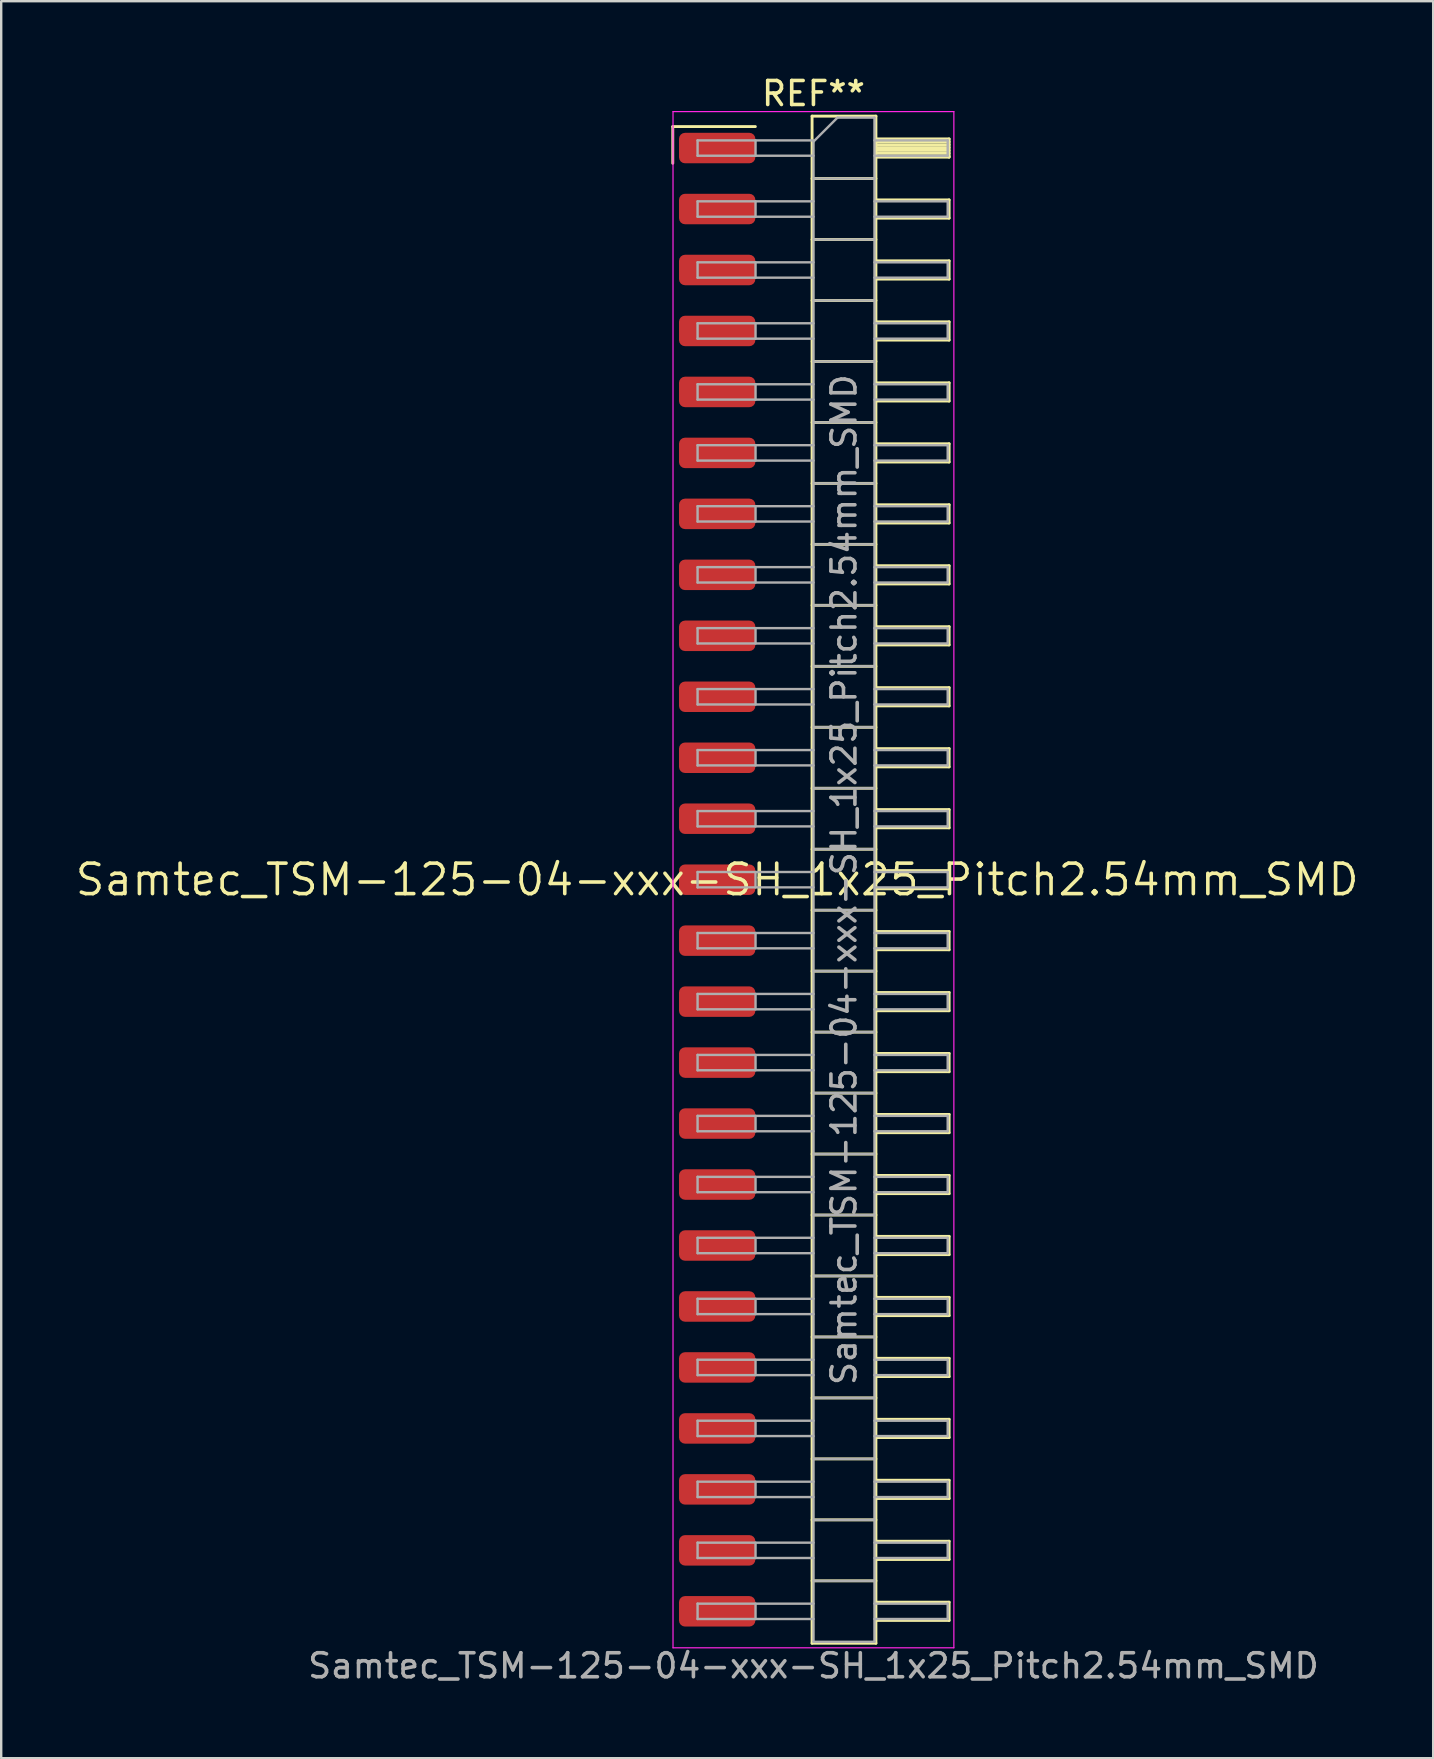
<source format=kicad_pcb>
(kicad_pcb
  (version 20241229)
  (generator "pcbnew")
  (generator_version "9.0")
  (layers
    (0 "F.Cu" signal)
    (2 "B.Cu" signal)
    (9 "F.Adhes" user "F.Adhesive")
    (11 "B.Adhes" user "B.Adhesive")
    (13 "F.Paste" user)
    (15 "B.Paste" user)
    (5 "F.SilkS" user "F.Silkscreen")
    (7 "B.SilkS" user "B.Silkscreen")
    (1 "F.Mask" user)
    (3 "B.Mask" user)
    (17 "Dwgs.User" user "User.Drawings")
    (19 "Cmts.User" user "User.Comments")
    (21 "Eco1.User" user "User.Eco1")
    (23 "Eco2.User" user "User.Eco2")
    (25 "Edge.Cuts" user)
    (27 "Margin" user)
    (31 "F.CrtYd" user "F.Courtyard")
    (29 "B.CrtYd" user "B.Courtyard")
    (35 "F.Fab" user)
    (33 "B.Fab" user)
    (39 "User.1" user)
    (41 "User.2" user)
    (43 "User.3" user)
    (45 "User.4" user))
  (footprint "Samtec_TSM-125-04-xxx-SH_1x25_Pitch2.54mm_SMD"
    (layer "F.Cu")
    (at 26.828 33.598)
    (property "Reference" "Samtec_TSM-125-04-xxx-SH_1x25_Pitch2.54mm_SMD" (at 0 0 0) (layer "F.SilkS") (effects (font (size 1.27 1.27) (thickness 0.15))))
    (attr smd)
    (fp_line (start -1.85 -31.375) (end 1.59 -31.375) (stroke (width 0.12) (type solid)) (layer "F.SilkS"))
    (fp_line (start -1.85 -29.845) (end -1.85 -31.375) (stroke (width 0.12) (type solid)) (layer "F.SilkS"))
    (fp_line (start 3.953 -31.81) (end 6.613 -31.81) (stroke (width 0.12) (type solid)) (layer "F.SilkS"))
    (fp_line (start 3.953 -29.21) (end 6.613 -29.21) (stroke (width 0.12) (type solid)) (layer "F.SilkS"))
    (fp_line (start 3.953 -26.67) (end 6.613 -26.67) (stroke (width 0.12) (type solid)) (layer "F.SilkS"))
    (fp_line (start 3.953 -24.13) (end 6.613 -24.13) (stroke (width 0.12) (type solid)) (layer "F.SilkS"))
    (fp_line (start 3.953 -21.59) (end 6.613 -21.59) (stroke (width 0.12) (type solid)) (layer "F.SilkS"))
    (fp_line (start 3.953 -19.05) (end 6.613 -19.05) (stroke (width 0.12) (type solid)) (layer "F.SilkS"))
    (fp_line (start 3.953 -16.51) (end 6.613 -16.51) (stroke (width 0.12) (type solid)) (layer "F.SilkS"))
    (fp_line (start 3.953 -13.97) (end 6.613 -13.97) (stroke (width 0.12) (type solid)) (layer "F.SilkS"))
    (fp_line (start 3.953 -11.43) (end 6.613 -11.43) (stroke (width 0.12) (type solid)) (layer "F.SilkS"))
    (fp_line (start 3.953 -8.89) (end 6.613 -8.89) (stroke (width 0.12) (type solid)) (layer "F.SilkS"))
    (fp_line (start 3.953 -6.35) (end 6.613 -6.35) (stroke (width 0.12) (type solid)) (layer "F.SilkS"))
    (fp_line (start 3.953 -3.81) (end 6.613 -3.81) (stroke (width 0.12) (type solid)) (layer "F.SilkS"))
    (fp_line (start 3.953 -1.27) (end 6.613 -1.27) (stroke (width 0.12) (type solid)) (layer "F.SilkS"))
    (fp_line (start 3.953 1.27) (end 6.613 1.27) (stroke (width 0.12) (type solid)) (layer "F.SilkS"))
    (fp_line (start 3.953 3.81) (end 6.613 3.81) (stroke (width 0.12) (type solid)) (layer "F.SilkS"))
    (fp_line (start 3.953 6.35) (end 6.613 6.35) (stroke (width 0.12) (type solid)) (layer "F.SilkS"))
    (fp_line (start 3.953 8.89) (end 6.613 8.89) (stroke (width 0.12) (type solid)) (layer "F.SilkS"))
    (fp_line (start 3.953 11.43) (end 6.613 11.43) (stroke (width 0.12) (type solid)) (layer "F.SilkS"))
    (fp_line (start 3.953 13.97) (end 6.613 13.97) (stroke (width 0.12) (type solid)) (layer "F.SilkS"))
    (fp_line (start 3.953 16.51) (end 6.613 16.51) (stroke (width 0.12) (type solid)) (layer "F.SilkS"))
    (fp_line (start 3.953 19.05) (end 6.613 19.05) (stroke (width 0.12) (type solid)) (layer "F.SilkS"))
    (fp_line (start 3.953 21.59) (end 6.613 21.59) (stroke (width 0.12) (type solid)) (layer "F.SilkS"))
    (fp_line (start 3.953 24.13) (end 6.613 24.13) (stroke (width 0.12) (type solid)) (layer "F.SilkS"))
    (fp_line (start 3.953 26.67) (end 6.613 26.67) (stroke (width 0.12) (type solid)) (layer "F.SilkS"))
    (fp_line (start 3.953 29.21) (end 6.613 29.21) (stroke (width 0.12) (type solid)) (layer "F.SilkS"))
    (fp_line (start 3.953 31.81) (end 3.953 -31.81) (stroke (width 0.12) (type solid)) (layer "F.SilkS"))
    (fp_line (start 6.613 -31.81) (end 6.613 31.81) (stroke (width 0.12) (type solid)) (layer "F.SilkS"))
    (fp_line (start 6.613 -30.86) (end 9.663 -30.86) (stroke (width 0.12) (type solid)) (layer "F.SilkS"))
    (fp_line (start 6.613 -30.74) (end 9.663 -30.74) (stroke (width 0.12) (type solid)) (layer "F.SilkS"))
    (fp_line (start 6.613 -30.62) (end 9.663 -30.62) (stroke (width 0.12) (type solid)) (layer "F.SilkS"))
    (fp_line (start 6.613 -30.5) (end 9.663 -30.5) (stroke (width 0.12) (type solid)) (layer "F.SilkS"))
    (fp_line (start 6.613 -30.38) (end 9.663 -30.38) (stroke (width 0.12) (type solid)) (layer "F.SilkS"))
    (fp_line (start 6.613 -30.26) (end 9.663 -30.26) (stroke (width 0.12) (type solid)) (layer "F.SilkS"))
    (fp_line (start 6.613 -30.14) (end 9.663 -30.14) (stroke (width 0.12) (type solid)) (layer "F.SilkS"))
    (fp_line (start 6.613 -30.1) (end 9.663 -30.1) (stroke (width 0.12) (type solid)) (layer "F.SilkS"))
    (fp_line (start 6.613 -28.32) (end 9.663 -28.32) (stroke (width 0.12) (type solid)) (layer "F.SilkS"))
    (fp_line (start 6.613 -27.56) (end 9.663 -27.56) (stroke (width 0.12) (type solid)) (layer "F.SilkS"))
    (fp_line (start 6.613 -25.78) (end 9.663 -25.78) (stroke (width 0.12) (type solid)) (layer "F.SilkS"))
    (fp_line (start 6.613 -25.02) (end 9.663 -25.02) (stroke (width 0.12) (type solid)) (layer "F.SilkS"))
    (fp_line (start 6.613 -23.24) (end 9.663 -23.24) (stroke (width 0.12) (type solid)) (layer "F.SilkS"))
    (fp_line (start 6.613 -22.48) (end 9.663 -22.48) (stroke (width 0.12) (type solid)) (layer "F.SilkS"))
    (fp_line (start 6.613 -20.7) (end 9.663 -20.7) (stroke (width 0.12) (type solid)) (layer "F.SilkS"))
    (fp_line (start 6.613 -19.94) (end 9.663 -19.94) (stroke (width 0.12) (type solid)) (layer "F.SilkS"))
    (fp_line (start 6.613 -18.16) (end 9.663 -18.16) (stroke (width 0.12) (type solid)) (layer "F.SilkS"))
    (fp_line (start 6.613 -17.4) (end 9.663 -17.4) (stroke (width 0.12) (type solid)) (layer "F.SilkS"))
    (fp_line (start 6.613 -15.62) (end 9.663 -15.62) (stroke (width 0.12) (type solid)) (layer "F.SilkS"))
    (fp_line (start 6.613 -14.86) (end 9.663 -14.86) (stroke (width 0.12) (type solid)) (layer "F.SilkS"))
    (fp_line (start 6.613 -13.08) (end 9.663 -13.08) (stroke (width 0.12) (type solid)) (layer "F.SilkS"))
    (fp_line (start 6.613 -12.32) (end 9.663 -12.32) (stroke (width 0.12) (type solid)) (layer "F.SilkS"))
    (fp_line (start 6.613 -10.54) (end 9.663 -10.54) (stroke (width 0.12) (type solid)) (layer "F.SilkS"))
    (fp_line (start 6.613 -9.78) (end 9.663 -9.78) (stroke (width 0.12) (type solid)) (layer "F.SilkS"))
    (fp_line (start 6.613 -8) (end 9.663 -8) (stroke (width 0.12) (type solid)) (layer "F.SilkS"))
    (fp_line (start 6.613 -7.24) (end 9.663 -7.24) (stroke (width 0.12) (type solid)) (layer "F.SilkS"))
    (fp_line (start 6.613 -5.46) (end 9.663 -5.46) (stroke (width 0.12) (type solid)) (layer "F.SilkS"))
    (fp_line (start 6.613 -4.7) (end 9.663 -4.7) (stroke (width 0.12) (type solid)) (layer "F.SilkS"))
    (fp_line (start 6.613 -2.92) (end 9.663 -2.92) (stroke (width 0.12) (type solid)) (layer "F.SilkS"))
    (fp_line (start 6.613 -2.16) (end 9.663 -2.16) (stroke (width 0.12) (type solid)) (layer "F.SilkS"))
    (fp_line (start 6.613 -0.38) (end 9.663 -0.38) (stroke (width 0.12) (type solid)) (layer "F.SilkS"))
    (fp_line (start 6.613 0.38) (end 9.663 0.38) (stroke (width 0.12) (type solid)) (layer "F.SilkS"))
    (fp_line (start 6.613 2.16) (end 9.663 2.16) (stroke (width 0.12) (type solid)) (layer "F.SilkS"))
    (fp_line (start 6.613 2.92) (end 9.663 2.92) (stroke (width 0.12) (type solid)) (layer "F.SilkS"))
    (fp_line (start 6.613 4.7) (end 9.663 4.7) (stroke (width 0.12) (type solid)) (layer "F.SilkS"))
    (fp_line (start 6.613 5.46) (end 9.663 5.46) (stroke (width 0.12) (type solid)) (layer "F.SilkS"))
    (fp_line (start 6.613 7.24) (end 9.663 7.24) (stroke (width 0.12) (type solid)) (layer "F.SilkS"))
    (fp_line (start 6.613 8) (end 9.663 8) (stroke (width 0.12) (type solid)) (layer "F.SilkS"))
    (fp_line (start 6.613 9.78) (end 9.663 9.78) (stroke (width 0.12) (type solid)) (layer "F.SilkS"))
    (fp_line (start 6.613 10.54) (end 9.663 10.54) (stroke (width 0.12) (type solid)) (layer "F.SilkS"))
    (fp_line (start 6.613 12.32) (end 9.663 12.32) (stroke (width 0.12) (type solid)) (layer "F.SilkS"))
    (fp_line (start 6.613 13.08) (end 9.663 13.08) (stroke (width 0.12) (type solid)) (layer "F.SilkS"))
    (fp_line (start 6.613 14.86) (end 9.663 14.86) (stroke (width 0.12) (type solid)) (layer "F.SilkS"))
    (fp_line (start 6.613 15.62) (end 9.663 15.62) (stroke (width 0.12) (type solid)) (layer "F.SilkS"))
    (fp_line (start 6.613 17.4) (end 9.663 17.4) (stroke (width 0.12) (type solid)) (layer "F.SilkS"))
    (fp_line (start 6.613 18.16) (end 9.663 18.16) (stroke (width 0.12) (type solid)) (layer "F.SilkS"))
    (fp_line (start 6.613 19.94) (end 9.663 19.94) (stroke (width 0.12) (type solid)) (layer "F.SilkS"))
    (fp_line (start 6.613 20.7) (end 9.663 20.7) (stroke (width 0.12) (type solid)) (layer "F.SilkS"))
    (fp_line (start 6.613 22.48) (end 9.663 22.48) (stroke (width 0.12) (type solid)) (layer "F.SilkS"))
    (fp_line (start 6.613 23.24) (end 9.663 23.24) (stroke (width 0.12) (type solid)) (layer "F.SilkS"))
    (fp_line (start 6.613 25.02) (end 9.663 25.02) (stroke (width 0.12) (type solid)) (layer "F.SilkS"))
    (fp_line (start 6.613 25.78) (end 9.663 25.78) (stroke (width 0.12) (type solid)) (layer "F.SilkS"))
    (fp_line (start 6.613 27.56) (end 9.663 27.56) (stroke (width 0.12) (type solid)) (layer "F.SilkS"))
    (fp_line (start 6.613 28.32) (end 9.663 28.32) (stroke (width 0.12) (type solid)) (layer "F.SilkS"))
    (fp_line (start 6.613 30.1) (end 9.663 30.1) (stroke (width 0.12) (type solid)) (layer "F.SilkS"))
    (fp_line (start 6.613 30.86) (end 9.663 30.86) (stroke (width 0.12) (type solid)) (layer "F.SilkS"))
    (fp_line (start 6.613 31.81) (end 3.953 31.81) (stroke (width 0.12) (type solid)) (layer "F.SilkS"))
    (fp_line (start 9.663 -30.86) (end 9.663 -30.1) (stroke (width 0.12) (type solid)) (layer "F.SilkS"))
    (fp_line (start 9.663 -28.32) (end 9.663 -27.56) (stroke (width 0.12) (type solid)) (layer "F.SilkS"))
    (fp_line (start 9.663 -25.78) (end 9.663 -25.02) (stroke (width 0.12) (type solid)) (layer "F.SilkS"))
    (fp_line (start 9.663 -23.24) (end 9.663 -22.48) (stroke (width 0.12) (type solid)) (layer "F.SilkS"))
    (fp_line (start 9.663 -20.7) (end 9.663 -19.94) (stroke (width 0.12) (type solid)) (layer "F.SilkS"))
    (fp_line (start 9.663 -18.16) (end 9.663 -17.4) (stroke (width 0.12) (type solid)) (layer "F.SilkS"))
    (fp_line (start 9.663 -15.62) (end 9.663 -14.86) (stroke (width 0.12) (type solid)) (layer "F.SilkS"))
    (fp_line (start 9.663 -13.08) (end 9.663 -12.32) (stroke (width 0.12) (type solid)) (layer "F.SilkS"))
    (fp_line (start 9.663 -10.54) (end 9.663 -9.78) (stroke (width 0.12) (type solid)) (layer "F.SilkS"))
    (fp_line (start 9.663 -8) (end 9.663 -7.24) (stroke (width 0.12) (type solid)) (layer "F.SilkS"))
    (fp_line (start 9.663 -5.46) (end 9.663 -4.7) (stroke (width 0.12) (type solid)) (layer "F.SilkS"))
    (fp_line (start 9.663 -2.92) (end 9.663 -2.16) (stroke (width 0.12) (type solid)) (layer "F.SilkS"))
    (fp_line (start 9.663 -0.38) (end 9.663 0.38) (stroke (width 0.12) (type solid)) (layer "F.SilkS"))
    (fp_line (start 9.663 2.16) (end 9.663 2.92) (stroke (width 0.12) (type solid)) (layer "F.SilkS"))
    (fp_line (start 9.663 4.7) (end 9.663 5.46) (stroke (width 0.12) (type solid)) (layer "F.SilkS"))
    (fp_line (start 9.663 7.24) (end 9.663 8) (stroke (width 0.12) (type solid)) (layer "F.SilkS"))
    (fp_line (start 9.663 9.78) (end 9.663 10.54) (stroke (width 0.12) (type solid)) (layer "F.SilkS"))
    (fp_line (start 9.663 12.32) (end 9.663 13.08) (stroke (width 0.12) (type solid)) (layer "F.SilkS"))
    (fp_line (start 9.663 14.86) (end 9.663 15.62) (stroke (width 0.12) (type solid)) (layer "F.SilkS"))
    (fp_line (start 9.663 17.4) (end 9.663 18.16) (stroke (width 0.12) (type solid)) (layer "F.SilkS"))
    (fp_line (start 9.663 19.94) (end 9.663 20.7) (stroke (width 0.12) (type solid)) (layer "F.SilkS"))
    (fp_line (start 9.663 22.48) (end 9.663 23.24) (stroke (width 0.12) (type solid)) (layer "F.SilkS"))
    (fp_line (start 9.663 25.02) (end 9.663 25.78) (stroke (width 0.12) (type solid)) (layer "F.SilkS"))
    (fp_line (start 9.663 27.56) (end 9.663 28.32) (stroke (width 0.12) (type solid)) (layer "F.SilkS"))
    (fp_line (start 9.663 30.1) (end 9.663 30.86) (stroke (width 0.12) (type solid)) (layer "F.SilkS"))
    (fp_line (start -1.84 -32) (end 9.86 -32) (stroke (width 0.05) (type solid)) (layer "F.CrtYd"))
    (fp_line (start -1.84 32) (end -1.84 -32) (stroke (width 0.05) (type solid)) (layer "F.CrtYd"))
    (fp_line (start 9.86 -32) (end 9.86 32) (stroke (width 0.05) (type solid)) (layer "F.CrtYd"))
    (fp_line (start 9.86 32) (end -1.84 32) (stroke (width 0.05) (type solid)) (layer "F.CrtYd"))
    (fp_line (start -0.817 -30.8) (end -0.817 -30.16) (stroke (width 0.1) (type solid)) (layer "F.Fab"))
    (fp_line (start -0.817 -30.8) (end 4.013 -30.8) (stroke (width 0.1) (type solid)) (layer "F.Fab"))
    (fp_line (start -0.817 -30.16) (end 4.013 -30.16) (stroke (width 0.1) (type solid)) (layer "F.Fab"))
    (fp_line (start -0.817 -28.26) (end -0.817 -27.62) (stroke (width 0.1) (type solid)) (layer "F.Fab"))
    (fp_line (start -0.817 -28.26) (end 4.013 -28.26) (stroke (width 0.1) (type solid)) (layer "F.Fab"))
    (fp_line (start -0.817 -27.62) (end 4.013 -27.62) (stroke (width 0.1) (type solid)) (layer "F.Fab"))
    (fp_line (start -0.817 -25.72) (end -0.817 -25.08) (stroke (width 0.1) (type solid)) (layer "F.Fab"))
    (fp_line (start -0.817 -25.72) (end 4.013 -25.72) (stroke (width 0.1) (type solid)) (layer "F.Fab"))
    (fp_line (start -0.817 -25.08) (end 4.013 -25.08) (stroke (width 0.1) (type solid)) (layer "F.Fab"))
    (fp_line (start -0.817 -23.18) (end -0.817 -22.54) (stroke (width 0.1) (type solid)) (layer "F.Fab"))
    (fp_line (start -0.817 -23.18) (end 4.013 -23.18) (stroke (width 0.1) (type solid)) (layer "F.Fab"))
    (fp_line (start -0.817 -22.54) (end 4.013 -22.54) (stroke (width 0.1) (type solid)) (layer "F.Fab"))
    (fp_line (start -0.817 -20.64) (end -0.817 -20) (stroke (width 0.1) (type solid)) (layer "F.Fab"))
    (fp_line (start -0.817 -20.64) (end 4.013 -20.64) (stroke (width 0.1) (type solid)) (layer "F.Fab"))
    (fp_line (start -0.817 -20) (end 4.013 -20) (stroke (width 0.1) (type solid)) (layer "F.Fab"))
    (fp_line (start -0.817 -18.1) (end -0.817 -17.46) (stroke (width 0.1) (type solid)) (layer "F.Fab"))
    (fp_line (start -0.817 -18.1) (end 4.013 -18.1) (stroke (width 0.1) (type solid)) (layer "F.Fab"))
    (fp_line (start -0.817 -17.46) (end 4.013 -17.46) (stroke (width 0.1) (type solid)) (layer "F.Fab"))
    (fp_line (start -0.817 -15.56) (end -0.817 -14.92) (stroke (width 0.1) (type solid)) (layer "F.Fab"))
    (fp_line (start -0.817 -15.56) (end 4.013 -15.56) (stroke (width 0.1) (type solid)) (layer "F.Fab"))
    (fp_line (start -0.817 -14.92) (end 4.013 -14.92) (stroke (width 0.1) (type solid)) (layer "F.Fab"))
    (fp_line (start -0.817 -13.02) (end -0.817 -12.38) (stroke (width 0.1) (type solid)) (layer "F.Fab"))
    (fp_line (start -0.817 -13.02) (end 4.013 -13.02) (stroke (width 0.1) (type solid)) (layer "F.Fab"))
    (fp_line (start -0.817 -12.38) (end 4.013 -12.38) (stroke (width 0.1) (type solid)) (layer "F.Fab"))
    (fp_line (start -0.817 -10.48) (end -0.817 -9.84) (stroke (width 0.1) (type solid)) (layer "F.Fab"))
    (fp_line (start -0.817 -10.48) (end 4.013 -10.48) (stroke (width 0.1) (type solid)) (layer "F.Fab"))
    (fp_line (start -0.817 -9.84) (end 4.013 -9.84) (stroke (width 0.1) (type solid)) (layer "F.Fab"))
    (fp_line (start -0.817 -7.94) (end -0.817 -7.3) (stroke (width 0.1) (type solid)) (layer "F.Fab"))
    (fp_line (start -0.817 -7.94) (end 4.013 -7.94) (stroke (width 0.1) (type solid)) (layer "F.Fab"))
    (fp_line (start -0.817 -7.3) (end 4.013 -7.3) (stroke (width 0.1) (type solid)) (layer "F.Fab"))
    (fp_line (start -0.817 -5.4) (end -0.817 -4.76) (stroke (width 0.1) (type solid)) (layer "F.Fab"))
    (fp_line (start -0.817 -5.4) (end 4.013 -5.4) (stroke (width 0.1) (type solid)) (layer "F.Fab"))
    (fp_line (start -0.817 -4.76) (end 4.013 -4.76) (stroke (width 0.1) (type solid)) (layer "F.Fab"))
    (fp_line (start -0.817 -2.86) (end -0.817 -2.22) (stroke (width 0.1) (type solid)) (layer "F.Fab"))
    (fp_line (start -0.817 -2.86) (end 4.013 -2.86) (stroke (width 0.1) (type solid)) (layer "F.Fab"))
    (fp_line (start -0.817 -2.22) (end 4.013 -2.22) (stroke (width 0.1) (type solid)) (layer "F.Fab"))
    (fp_line (start -0.817 -0.32) (end -0.817 0.32) (stroke (width 0.1) (type solid)) (layer "F.Fab"))
    (fp_line (start -0.817 -0.32) (end 4.013 -0.32) (stroke (width 0.1) (type solid)) (layer "F.Fab"))
    (fp_line (start -0.817 0.32) (end 4.013 0.32) (stroke (width 0.1) (type solid)) (layer "F.Fab"))
    (fp_line (start -0.817 2.22) (end -0.817 2.86) (stroke (width 0.1) (type solid)) (layer "F.Fab"))
    (fp_line (start -0.817 2.22) (end 4.013 2.22) (stroke (width 0.1) (type solid)) (layer "F.Fab"))
    (fp_line (start -0.817 2.86) (end 4.013 2.86) (stroke (width 0.1) (type solid)) (layer "F.Fab"))
    (fp_line (start -0.817 4.76) (end -0.817 5.4) (stroke (width 0.1) (type solid)) (layer "F.Fab"))
    (fp_line (start -0.817 4.76) (end 4.013 4.76) (stroke (width 0.1) (type solid)) (layer "F.Fab"))
    (fp_line (start -0.817 5.4) (end 4.013 5.4) (stroke (width 0.1) (type solid)) (layer "F.Fab"))
    (fp_line (start -0.817 7.3) (end -0.817 7.94) (stroke (width 0.1) (type solid)) (layer "F.Fab"))
    (fp_line (start -0.817 7.3) (end 4.013 7.3) (stroke (width 0.1) (type solid)) (layer "F.Fab"))
    (fp_line (start -0.817 7.94) (end 4.013 7.94) (stroke (width 0.1) (type solid)) (layer "F.Fab"))
    (fp_line (start -0.817 9.84) (end -0.817 10.48) (stroke (width 0.1) (type solid)) (layer "F.Fab"))
    (fp_line (start -0.817 9.84) (end 4.013 9.84) (stroke (width 0.1) (type solid)) (layer "F.Fab"))
    (fp_line (start -0.817 10.48) (end 4.013 10.48) (stroke (width 0.1) (type solid)) (layer "F.Fab"))
    (fp_line (start -0.817 12.38) (end -0.817 13.02) (stroke (width 0.1) (type solid)) (layer "F.Fab"))
    (fp_line (start -0.817 12.38) (end 4.013 12.38) (stroke (width 0.1) (type solid)) (layer "F.Fab"))
    (fp_line (start -0.817 13.02) (end 4.013 13.02) (stroke (width 0.1) (type solid)) (layer "F.Fab"))
    (fp_line (start -0.817 14.92) (end -0.817 15.56) (stroke (width 0.1) (type solid)) (layer "F.Fab"))
    (fp_line (start -0.817 14.92) (end 4.013 14.92) (stroke (width 0.1) (type solid)) (layer "F.Fab"))
    (fp_line (start -0.817 15.56) (end 4.013 15.56) (stroke (width 0.1) (type solid)) (layer "F.Fab"))
    (fp_line (start -0.817 17.46) (end -0.817 18.1) (stroke (width 0.1) (type solid)) (layer "F.Fab"))
    (fp_line (start -0.817 17.46) (end 4.013 17.46) (stroke (width 0.1) (type solid)) (layer "F.Fab"))
    (fp_line (start -0.817 18.1) (end 4.013 18.1) (stroke (width 0.1) (type solid)) (layer "F.Fab"))
    (fp_line (start -0.817 20) (end -0.817 20.64) (stroke (width 0.1) (type solid)) (layer "F.Fab"))
    (fp_line (start -0.817 20) (end 4.013 20) (stroke (width 0.1) (type solid)) (layer "F.Fab"))
    (fp_line (start -0.817 20.64) (end 4.013 20.64) (stroke (width 0.1) (type solid)) (layer "F.Fab"))
    (fp_line (start -0.817 22.54) (end -0.817 23.18) (stroke (width 0.1) (type solid)) (layer "F.Fab"))
    (fp_line (start -0.817 22.54) (end 4.013 22.54) (stroke (width 0.1) (type solid)) (layer "F.Fab"))
    (fp_line (start -0.817 23.18) (end 4.013 23.18) (stroke (width 0.1) (type solid)) (layer "F.Fab"))
    (fp_line (start -0.817 25.08) (end -0.817 25.72) (stroke (width 0.1) (type solid)) (layer "F.Fab"))
    (fp_line (start -0.817 25.08) (end 4.013 25.08) (stroke (width 0.1) (type solid)) (layer "F.Fab"))
    (fp_line (start -0.817 25.72) (end 4.013 25.72) (stroke (width 0.1) (type solid)) (layer "F.Fab"))
    (fp_line (start -0.817 27.62) (end -0.817 28.26) (stroke (width 0.1) (type solid)) (layer "F.Fab"))
    (fp_line (start -0.817 27.62) (end 4.013 27.62) (stroke (width 0.1) (type solid)) (layer "F.Fab"))
    (fp_line (start -0.817 28.26) (end 4.013 28.26) (stroke (width 0.1) (type solid)) (layer "F.Fab"))
    (fp_line (start -0.817 30.16) (end -0.817 30.8) (stroke (width 0.1) (type solid)) (layer "F.Fab"))
    (fp_line (start -0.817 30.16) (end 4.013 30.16) (stroke (width 0.1) (type solid)) (layer "F.Fab"))
    (fp_line (start -0.817 30.8) (end 4.013 30.8) (stroke (width 0.1) (type solid)) (layer "F.Fab"))
    (fp_line (start 1.598 -30.8) (end 1.598 -30.16) (stroke (width 0.1) (type solid)) (layer "F.Fab"))
    (fp_line (start 1.598 -28.26) (end 1.598 -27.62) (stroke (width 0.1) (type solid)) (layer "F.Fab"))
    (fp_line (start 1.598 -25.72) (end 1.598 -25.08) (stroke (width 0.1) (type solid)) (layer "F.Fab"))
    (fp_line (start 1.598 -23.18) (end 1.598 -22.54) (stroke (width 0.1) (type solid)) (layer "F.Fab"))
    (fp_line (start 1.598 -20.64) (end 1.598 -20) (stroke (width 0.1) (type solid)) (layer "F.Fab"))
    (fp_line (start 1.598 -18.1) (end 1.598 -17.46) (stroke (width 0.1) (type solid)) (layer "F.Fab"))
    (fp_line (start 1.598 -15.56) (end 1.598 -14.92) (stroke (width 0.1) (type solid)) (layer "F.Fab"))
    (fp_line (start 1.598 -13.02) (end 1.598 -12.38) (stroke (width 0.1) (type solid)) (layer "F.Fab"))
    (fp_line (start 1.598 -10.48) (end 1.598 -9.84) (stroke (width 0.1) (type solid)) (layer "F.Fab"))
    (fp_line (start 1.598 -7.94) (end 1.598 -7.3) (stroke (width 0.1) (type solid)) (layer "F.Fab"))
    (fp_line (start 1.598 -5.4) (end 1.598 -4.76) (stroke (width 0.1) (type solid)) (layer "F.Fab"))
    (fp_line (start 1.598 -2.86) (end 1.598 -2.22) (stroke (width 0.1) (type solid)) (layer "F.Fab"))
    (fp_line (start 1.598 -0.32) (end 1.598 0.32) (stroke (width 0.1) (type solid)) (layer "F.Fab"))
    (fp_line (start 1.598 2.22) (end 1.598 2.86) (stroke (width 0.1) (type solid)) (layer "F.Fab"))
    (fp_line (start 1.598 4.76) (end 1.598 5.4) (stroke (width 0.1) (type solid)) (layer "F.Fab"))
    (fp_line (start 1.598 7.3) (end 1.598 7.94) (stroke (width 0.1) (type solid)) (layer "F.Fab"))
    (fp_line (start 1.598 9.84) (end 1.598 10.48) (stroke (width 0.1) (type solid)) (layer "F.Fab"))
    (fp_line (start 1.598 12.38) (end 1.598 13.02) (stroke (width 0.1) (type solid)) (layer "F.Fab"))
    (fp_line (start 1.598 14.92) (end 1.598 15.56) (stroke (width 0.1) (type solid)) (layer "F.Fab"))
    (fp_line (start 1.598 17.46) (end 1.598 18.1) (stroke (width 0.1) (type solid)) (layer "F.Fab"))
    (fp_line (start 1.598 20) (end 1.598 20.64) (stroke (width 0.1) (type solid)) (layer "F.Fab"))
    (fp_line (start 1.598 22.54) (end 1.598 23.18) (stroke (width 0.1) (type solid)) (layer "F.Fab"))
    (fp_line (start 1.598 25.08) (end 1.598 25.72) (stroke (width 0.1) (type solid)) (layer "F.Fab"))
    (fp_line (start 1.598 27.62) (end 1.598 28.26) (stroke (width 0.1) (type solid)) (layer "F.Fab"))
    (fp_line (start 1.598 30.16) (end 1.598 30.8) (stroke (width 0.1) (type solid)) (layer "F.Fab"))
    (fp_line (start 4.013 -30.75) (end 5.013 -31.75) (stroke (width 0.1) (type solid)) (layer "F.Fab"))
    (fp_line (start 4.013 -29.21) (end 6.553 -29.21) (stroke (width 0.1) (type solid)) (layer "F.Fab"))
    (fp_line (start 4.013 -26.67) (end 6.553 -26.67) (stroke (width 0.1) (type solid)) (layer "F.Fab"))
    (fp_line (start 4.013 -24.13) (end 6.553 -24.13) (stroke (width 0.1) (type solid)) (layer "F.Fab"))
    (fp_line (start 4.013 -21.59) (end 6.553 -21.59) (stroke (width 0.1) (type solid)) (layer "F.Fab"))
    (fp_line (start 4.013 -19.05) (end 6.553 -19.05) (stroke (width 0.1) (type solid)) (layer "F.Fab"))
    (fp_line (start 4.013 -16.51) (end 6.553 -16.51) (stroke (width 0.1) (type solid)) (layer "F.Fab"))
    (fp_line (start 4.013 -13.97) (end 6.553 -13.97) (stroke (width 0.1) (type solid)) (layer "F.Fab"))
    (fp_line (start 4.013 -11.43) (end 6.553 -11.43) (stroke (width 0.1) (type solid)) (layer "F.Fab"))
    (fp_line (start 4.013 -8.89) (end 6.553 -8.89) (stroke (width 0.1) (type solid)) (layer "F.Fab"))
    (fp_line (start 4.013 -6.35) (end 6.553 -6.35) (stroke (width 0.1) (type solid)) (layer "F.Fab"))
    (fp_line (start 4.013 -3.81) (end 6.553 -3.81) (stroke (width 0.1) (type solid)) (layer "F.Fab"))
    (fp_line (start 4.013 -1.27) (end 6.553 -1.27) (stroke (width 0.1) (type solid)) (layer "F.Fab"))
    (fp_line (start 4.013 1.27) (end 6.553 1.27) (stroke (width 0.1) (type solid)) (layer "F.Fab"))
    (fp_line (start 4.013 3.81) (end 6.553 3.81) (stroke (width 0.1) (type solid)) (layer "F.Fab"))
    (fp_line (start 4.013 6.35) (end 6.553 6.35) (stroke (width 0.1) (type solid)) (layer "F.Fab"))
    (fp_line (start 4.013 8.89) (end 6.553 8.89) (stroke (width 0.1) (type solid)) (layer "F.Fab"))
    (fp_line (start 4.013 11.43) (end 6.553 11.43) (stroke (width 0.1) (type solid)) (layer "F.Fab"))
    (fp_line (start 4.013 13.97) (end 6.553 13.97) (stroke (width 0.1) (type solid)) (layer "F.Fab"))
    (fp_line (start 4.013 16.51) (end 6.553 16.51) (stroke (width 0.1) (type solid)) (layer "F.Fab"))
    (fp_line (start 4.013 19.05) (end 6.553 19.05) (stroke (width 0.1) (type solid)) (layer "F.Fab"))
    (fp_line (start 4.013 21.59) (end 6.553 21.59) (stroke (width 0.1) (type solid)) (layer "F.Fab"))
    (fp_line (start 4.013 24.13) (end 6.553 24.13) (stroke (width 0.1) (type solid)) (layer "F.Fab"))
    (fp_line (start 4.013 26.67) (end 6.553 26.67) (stroke (width 0.1) (type solid)) (layer "F.Fab"))
    (fp_line (start 4.013 29.21) (end 6.553 29.21) (stroke (width 0.1) (type solid)) (layer "F.Fab"))
    (fp_line (start 4.013 31.75) (end 4.013 -30.75) (stroke (width 0.1) (type solid)) (layer "F.Fab"))
    (fp_line (start 5.013 -31.75) (end 6.553 -31.75) (stroke (width 0.1) (type solid)) (layer "F.Fab"))
    (fp_line (start 6.553 -31.75) (end 6.553 31.75) (stroke (width 0.1) (type solid)) (layer "F.Fab"))
    (fp_line (start 6.553 -30.8) (end 9.603 -30.8) (stroke (width 0.1) (type solid)) (layer "F.Fab"))
    (fp_line (start 6.553 -30.16) (end 9.603 -30.16) (stroke (width 0.1) (type solid)) (layer "F.Fab"))
    (fp_line (start 6.553 -28.26) (end 9.603 -28.26) (stroke (width 0.1) (type solid)) (layer "F.Fab"))
    (fp_line (start 6.553 -27.62) (end 9.603 -27.62) (stroke (width 0.1) (type solid)) (layer "F.Fab"))
    (fp_line (start 6.553 -25.72) (end 9.603 -25.72) (stroke (width 0.1) (type solid)) (layer "F.Fab"))
    (fp_line (start 6.553 -25.08) (end 9.603 -25.08) (stroke (width 0.1) (type solid)) (layer "F.Fab"))
    (fp_line (start 6.553 -23.18) (end 9.603 -23.18) (stroke (width 0.1) (type solid)) (layer "F.Fab"))
    (fp_line (start 6.553 -22.54) (end 9.603 -22.54) (stroke (width 0.1) (type solid)) (layer "F.Fab"))
    (fp_line (start 6.553 -20.64) (end 9.603 -20.64) (stroke (width 0.1) (type solid)) (layer "F.Fab"))
    (fp_line (start 6.553 -20) (end 9.603 -20) (stroke (width 0.1) (type solid)) (layer "F.Fab"))
    (fp_line (start 6.553 -18.1) (end 9.603 -18.1) (stroke (width 0.1) (type solid)) (layer "F.Fab"))
    (fp_line (start 6.553 -17.46) (end 9.603 -17.46) (stroke (width 0.1) (type solid)) (layer "F.Fab"))
    (fp_line (start 6.553 -15.56) (end 9.603 -15.56) (stroke (width 0.1) (type solid)) (layer "F.Fab"))
    (fp_line (start 6.553 -14.92) (end 9.603 -14.92) (stroke (width 0.1) (type solid)) (layer "F.Fab"))
    (fp_line (start 6.553 -13.02) (end 9.603 -13.02) (stroke (width 0.1) (type solid)) (layer "F.Fab"))
    (fp_line (start 6.553 -12.38) (end 9.603 -12.38) (stroke (width 0.1) (type solid)) (layer "F.Fab"))
    (fp_line (start 6.553 -10.48) (end 9.603 -10.48) (stroke (width 0.1) (type solid)) (layer "F.Fab"))
    (fp_line (start 6.553 -9.84) (end 9.603 -9.84) (stroke (width 0.1) (type solid)) (layer "F.Fab"))
    (fp_line (start 6.553 -7.94) (end 9.603 -7.94) (stroke (width 0.1) (type solid)) (layer "F.Fab"))
    (fp_line (start 6.553 -7.3) (end 9.603 -7.3) (stroke (width 0.1) (type solid)) (layer "F.Fab"))
    (fp_line (start 6.553 -5.4) (end 9.603 -5.4) (stroke (width 0.1) (type solid)) (layer "F.Fab"))
    (fp_line (start 6.553 -4.76) (end 9.603 -4.76) (stroke (width 0.1) (type solid)) (layer "F.Fab"))
    (fp_line (start 6.553 -2.86) (end 9.603 -2.86) (stroke (width 0.1) (type solid)) (layer "F.Fab"))
    (fp_line (start 6.553 -2.22) (end 9.603 -2.22) (stroke (width 0.1) (type solid)) (layer "F.Fab"))
    (fp_line (start 6.553 -0.32) (end 9.603 -0.32) (stroke (width 0.1) (type solid)) (layer "F.Fab"))
    (fp_line (start 6.553 0.32) (end 9.603 0.32) (stroke (width 0.1) (type solid)) (layer "F.Fab"))
    (fp_line (start 6.553 2.22) (end 9.603 2.22) (stroke (width 0.1) (type solid)) (layer "F.Fab"))
    (fp_line (start 6.553 2.86) (end 9.603 2.86) (stroke (width 0.1) (type solid)) (layer "F.Fab"))
    (fp_line (start 6.553 4.76) (end 9.603 4.76) (stroke (width 0.1) (type solid)) (layer "F.Fab"))
    (fp_line (start 6.553 5.4) (end 9.603 5.4) (stroke (width 0.1) (type solid)) (layer "F.Fab"))
    (fp_line (start 6.553 7.3) (end 9.603 7.3) (stroke (width 0.1) (type solid)) (layer "F.Fab"))
    (fp_line (start 6.553 7.94) (end 9.603 7.94) (stroke (width 0.1) (type solid)) (layer "F.Fab"))
    (fp_line (start 6.553 9.84) (end 9.603 9.84) (stroke (width 0.1) (type solid)) (layer "F.Fab"))
    (fp_line (start 6.553 10.48) (end 9.603 10.48) (stroke (width 0.1) (type solid)) (layer "F.Fab"))
    (fp_line (start 6.553 12.38) (end 9.603 12.38) (stroke (width 0.1) (type solid)) (layer "F.Fab"))
    (fp_line (start 6.553 13.02) (end 9.603 13.02) (stroke (width 0.1) (type solid)) (layer "F.Fab"))
    (fp_line (start 6.553 14.92) (end 9.603 14.92) (stroke (width 0.1) (type solid)) (layer "F.Fab"))
    (fp_line (start 6.553 15.56) (end 9.603 15.56) (stroke (width 0.1) (type solid)) (layer "F.Fab"))
    (fp_line (start 6.553 17.46) (end 9.603 17.46) (stroke (width 0.1) (type solid)) (layer "F.Fab"))
    (fp_line (start 6.553 18.1) (end 9.603 18.1) (stroke (width 0.1) (type solid)) (layer "F.Fab"))
    (fp_line (start 6.553 20) (end 9.603 20) (stroke (width 0.1) (type solid)) (layer "F.Fab"))
    (fp_line (start 6.553 20.64) (end 9.603 20.64) (stroke (width 0.1) (type solid)) (layer "F.Fab"))
    (fp_line (start 6.553 22.54) (end 9.603 22.54) (stroke (width 0.1) (type solid)) (layer "F.Fab"))
    (fp_line (start 6.553 23.18) (end 9.603 23.18) (stroke (width 0.1) (type solid)) (layer "F.Fab"))
    (fp_line (start 6.553 25.08) (end 9.603 25.08) (stroke (width 0.1) (type solid)) (layer "F.Fab"))
    (fp_line (start 6.553 25.72) (end 9.603 25.72) (stroke (width 0.1) (type solid)) (layer "F.Fab"))
    (fp_line (start 6.553 27.62) (end 9.603 27.62) (stroke (width 0.1) (type solid)) (layer "F.Fab"))
    (fp_line (start 6.553 28.26) (end 9.603 28.26) (stroke (width 0.1) (type solid)) (layer "F.Fab"))
    (fp_line (start 6.553 30.16) (end 9.603 30.16) (stroke (width 0.1) (type solid)) (layer "F.Fab"))
    (fp_line (start 6.553 30.8) (end 9.603 30.8) (stroke (width 0.1) (type solid)) (layer "F.Fab"))
    (fp_line (start 6.553 31.75) (end 4.013 31.75) (stroke (width 0.1) (type solid)) (layer "F.Fab"))
    (fp_line (start 9.603 -30.8) (end 9.603 -30.16) (stroke (width 0.1) (type solid)) (layer "F.Fab"))
    (fp_line (start 9.603 -28.26) (end 9.603 -27.62) (stroke (width 0.1) (type solid)) (layer "F.Fab"))
    (fp_line (start 9.603 -25.72) (end 9.603 -25.08) (stroke (width 0.1) (type solid)) (layer "F.Fab"))
    (fp_line (start 9.603 -23.18) (end 9.603 -22.54) (stroke (width 0.1) (type solid)) (layer "F.Fab"))
    (fp_line (start 9.603 -20.64) (end 9.603 -20) (stroke (width 0.1) (type solid)) (layer "F.Fab"))
    (fp_line (start 9.603 -18.1) (end 9.603 -17.46) (stroke (width 0.1) (type solid)) (layer "F.Fab"))
    (fp_line (start 9.603 -15.56) (end 9.603 -14.92) (stroke (width 0.1) (type solid)) (layer "F.Fab"))
    (fp_line (start 9.603 -13.02) (end 9.603 -12.38) (stroke (width 0.1) (type solid)) (layer "F.Fab"))
    (fp_line (start 9.603 -10.48) (end 9.603 -9.84) (stroke (width 0.1) (type solid)) (layer "F.Fab"))
    (fp_line (start 9.603 -7.94) (end 9.603 -7.3) (stroke (width 0.1) (type solid)) (layer "F.Fab"))
    (fp_line (start 9.603 -5.4) (end 9.603 -4.76) (stroke (width 0.1) (type solid)) (layer "F.Fab"))
    (fp_line (start 9.603 -2.86) (end 9.603 -2.22) (stroke (width 0.1) (type solid)) (layer "F.Fab"))
    (fp_line (start 9.603 -0.32) (end 9.603 0.32) (stroke (width 0.1) (type solid)) (layer "F.Fab"))
    (fp_line (start 9.603 2.22) (end 9.603 2.86) (stroke (width 0.1) (type solid)) (layer "F.Fab"))
    (fp_line (start 9.603 4.76) (end 9.603 5.4) (stroke (width 0.1) (type solid)) (layer "F.Fab"))
    (fp_line (start 9.603 7.3) (end 9.603 7.94) (stroke (width 0.1) (type solid)) (layer "F.Fab"))
    (fp_line (start 9.603 9.84) (end 9.603 10.48) (stroke (width 0.1) (type solid)) (layer "F.Fab"))
    (fp_line (start 9.603 12.38) (end 9.603 13.02) (stroke (width 0.1) (type solid)) (layer "F.Fab"))
    (fp_line (start 9.603 14.92) (end 9.603 15.56) (stroke (width 0.1) (type solid)) (layer "F.Fab"))
    (fp_line (start 9.603 17.46) (end 9.603 18.1) (stroke (width 0.1) (type solid)) (layer "F.Fab"))
    (fp_line (start 9.603 20) (end 9.603 20.64) (stroke (width 0.1) (type solid)) (layer "F.Fab"))
    (fp_line (start 9.603 22.54) (end 9.603 23.18) (stroke (width 0.1) (type solid)) (layer "F.Fab"))
    (fp_line (start 9.603 25.08) (end 9.603 25.72) (stroke (width 0.1) (type solid)) (layer "F.Fab"))
    (fp_line (start 9.603 27.62) (end 9.603 28.26) (stroke (width 0.1) (type solid)) (layer "F.Fab"))
    (fp_line (start 9.603 30.16) (end 9.603 30.8) (stroke (width 0.1) (type solid)) (layer "F.Fab"))
    (fp_text user "REF**" (at 4.01 -32.75 0) (layer "F.SilkS") (effects (font (size 1 1) (thickness 0.15))))
    (fp_text user "Samtec_TSM-125-04-xxx-SH_1x25_Pitch2.54mm_SMD" (at 4.01 32.75 0) (layer "F.Fab") (effects (font (size 1 1) (thickness 0.15))))
    (fp_text user "${REFERENCE}" (at 5.283 0 90) (layer "F.Fab") (effects (font (size 1 1) (thickness 0.15))))
    (pad "1" smd roundrect (at 0 -30.48) (size 3.18 1.27) (layers "F.Cu" "F.Mask" "F.Paste") (roundrect_rratio 0.197))
    (pad "2" smd roundrect (at 0 -27.94) (size 3.18 1.27) (layers "F.Cu" "F.Mask" "F.Paste") (roundrect_rratio 0.197))
    (pad "3" smd roundrect (at 0 -25.4) (size 3.18 1.27) (layers "F.Cu" "F.Mask" "F.Paste") (roundrect_rratio 0.197))
    (pad "4" smd roundrect (at 0 -22.86) (size 3.18 1.27) (layers "F.Cu" "F.Mask" "F.Paste") (roundrect_rratio 0.197))
    (pad "5" smd roundrect (at 0 -20.32) (size 3.18 1.27) (layers "F.Cu" "F.Mask" "F.Paste") (roundrect_rratio 0.197))
    (pad "6" smd roundrect (at 0 -17.78) (size 3.18 1.27) (layers "F.Cu" "F.Mask" "F.Paste") (roundrect_rratio 0.197))
    (pad "7" smd roundrect (at 0 -15.24) (size 3.18 1.27) (layers "F.Cu" "F.Mask" "F.Paste") (roundrect_rratio 0.197))
    (pad "8" smd roundrect (at 0 -12.7) (size 3.18 1.27) (layers "F.Cu" "F.Mask" "F.Paste") (roundrect_rratio 0.197))
    (pad "9" smd roundrect (at 0 -10.16) (size 3.18 1.27) (layers "F.Cu" "F.Mask" "F.Paste") (roundrect_rratio 0.197))
    (pad "10" smd roundrect (at 0 -7.62) (size 3.18 1.27) (layers "F.Cu" "F.Mask" "F.Paste") (roundrect_rratio 0.197))
    (pad "11" smd roundrect (at 0 -5.08) (size 3.18 1.27) (layers "F.Cu" "F.Mask" "F.Paste") (roundrect_rratio 0.197))
    (pad "12" smd roundrect (at 0 -2.54) (size 3.18 1.27) (layers "F.Cu" "F.Mask" "F.Paste") (roundrect_rratio 0.197))
    (pad "13" smd roundrect (at 0 0) (size 3.18 1.27) (layers "F.Cu" "F.Mask" "F.Paste") (roundrect_rratio 0.197))
    (pad "14" smd roundrect (at 0 2.54) (size 3.18 1.27) (layers "F.Cu" "F.Mask" "F.Paste") (roundrect_rratio 0.197))
    (pad "15" smd roundrect (at 0 5.08) (size 3.18 1.27) (layers "F.Cu" "F.Mask" "F.Paste") (roundrect_rratio 0.197))
    (pad "16" smd roundrect (at 0 7.62) (size 3.18 1.27) (layers "F.Cu" "F.Mask" "F.Paste") (roundrect_rratio 0.197))
    (pad "17" smd roundrect (at 0 10.16) (size 3.18 1.27) (layers "F.Cu" "F.Mask" "F.Paste") (roundrect_rratio 0.197))
    (pad "18" smd roundrect (at 0 12.7) (size 3.18 1.27) (layers "F.Cu" "F.Mask" "F.Paste") (roundrect_rratio 0.197))
    (pad "19" smd roundrect (at 0 15.24) (size 3.18 1.27) (layers "F.Cu" "F.Mask" "F.Paste") (roundrect_rratio 0.197))
    (pad "20" smd roundrect (at 0 17.78) (size 3.18 1.27) (layers "F.Cu" "F.Mask" "F.Paste") (roundrect_rratio 0.197))
    (pad "21" smd roundrect (at 0 20.32) (size 3.18 1.27) (layers "F.Cu" "F.Mask" "F.Paste") (roundrect_rratio 0.197))
    (pad "22" smd roundrect (at 0 22.86) (size 3.18 1.27) (layers "F.Cu" "F.Mask" "F.Paste") (roundrect_rratio 0.197))
    (pad "23" smd roundrect (at 0 25.4) (size 3.18 1.27) (layers "F.Cu" "F.Mask" "F.Paste") (roundrect_rratio 0.197))
    (pad "24" smd roundrect (at 0 27.94) (size 3.18 1.27) (layers "F.Cu" "F.Mask" "F.Paste") (roundrect_rratio 0.197))
    (pad "25" smd roundrect (at 0 30.48) (size 3.18 1.27) (layers "F.Cu" "F.Mask" "F.Paste") (roundrect_rratio 0.197)))
  (gr_rect
    (start -3 -3)
    (end 56.657 70.197)
    (stroke (width 0.1) (type default))
    (fill no)
    (layer "Edge.Cuts")))
</source>
